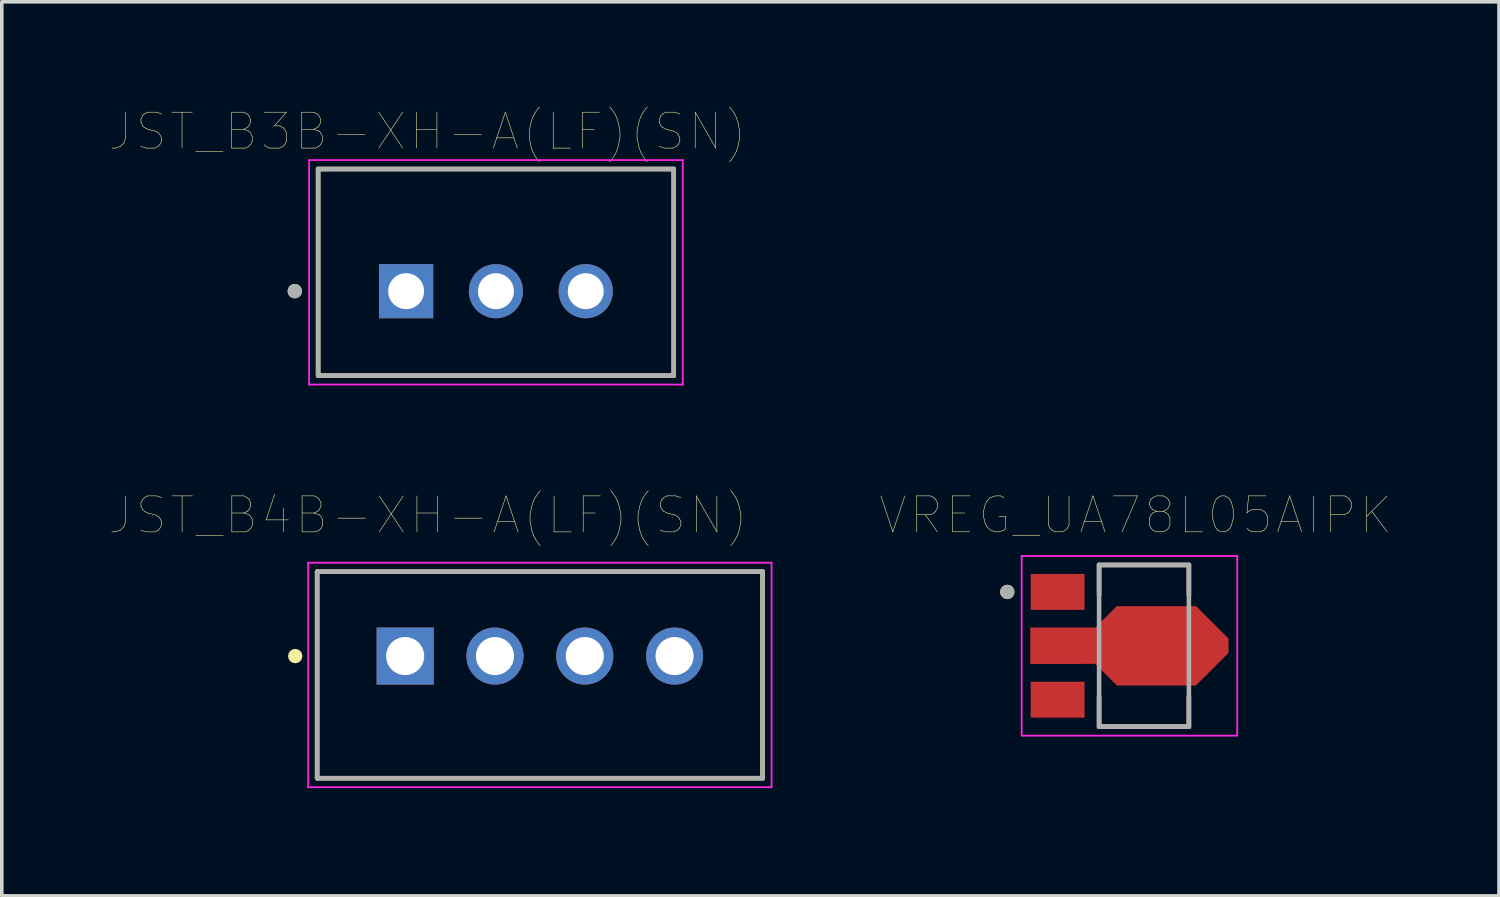
<source format=kicad_pcb>
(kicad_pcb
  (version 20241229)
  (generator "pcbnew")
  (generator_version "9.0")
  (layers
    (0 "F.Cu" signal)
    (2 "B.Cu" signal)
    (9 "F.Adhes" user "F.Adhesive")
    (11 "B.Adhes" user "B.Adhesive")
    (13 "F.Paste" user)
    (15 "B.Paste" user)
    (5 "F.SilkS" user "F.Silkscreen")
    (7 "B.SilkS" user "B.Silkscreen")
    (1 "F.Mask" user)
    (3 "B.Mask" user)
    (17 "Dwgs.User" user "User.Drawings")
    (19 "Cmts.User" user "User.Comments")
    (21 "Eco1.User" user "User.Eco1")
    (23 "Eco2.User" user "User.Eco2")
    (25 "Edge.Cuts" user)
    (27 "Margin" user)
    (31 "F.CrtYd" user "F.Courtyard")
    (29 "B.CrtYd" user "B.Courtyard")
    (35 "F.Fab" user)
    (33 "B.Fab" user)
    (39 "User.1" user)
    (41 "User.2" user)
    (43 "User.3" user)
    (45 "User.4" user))
  (footprint "JST_B3B-XH-A(LF)(SN)"
    (layer "F.Cu")
    (at 10.756 5.056)
    (property "Reference" "JST_B3B-XH-A(LF)(SN)" (at -1.905 -4.445 0) (layer "F.SilkS") (effects (font (size 1 1) (thickness 0.015))))
    (attr through_hole)
    (fp_line (start -4.95 -3.4) (end 4.95 -3.4) (stroke (width 0.127) (type solid)) (layer "F.SilkS"))
    (fp_line (start -4.95 2.35) (end -4.95 -3.4) (stroke (width 0.127) (type solid)) (layer "F.SilkS"))
    (fp_line (start 4.95 -3.4) (end 4.95 2.35) (stroke (width 0.127) (type solid)) (layer "F.SilkS"))
    (fp_line (start 4.95 2.35) (end -4.95 2.35) (stroke (width 0.127) (type solid)) (layer "F.SilkS"))
    (fp_circle (center -5.6 0) (end -5.5 0) (stroke (width 0.2) (type solid)) (fill no) (layer "F.SilkS"))
    (fp_line (start -5.2 -3.65) (end 5.2 -3.65) (stroke (width 0.05) (type solid)) (layer "F.CrtYd"))
    (fp_line (start -5.2 2.6) (end -5.2 -3.65) (stroke (width 0.05) (type solid)) (layer "F.CrtYd"))
    (fp_line (start 5.2 -3.65) (end 5.2 2.6) (stroke (width 0.05) (type solid)) (layer "F.CrtYd"))
    (fp_line (start 5.2 2.6) (end -5.2 2.6) (stroke (width 0.05) (type solid)) (layer "F.CrtYd"))
    (fp_line (start -4.95 -3.4) (end 4.95 -3.4) (stroke (width 0.127) (type solid)) (layer "F.Fab"))
    (fp_line (start -4.95 2.35) (end -4.95 -3.4) (stroke (width 0.127) (type solid)) (layer "F.Fab"))
    (fp_line (start 4.95 -3.4) (end 4.95 2.35) (stroke (width 0.127) (type solid)) (layer "F.Fab"))
    (fp_line (start 4.95 2.35) (end -4.95 2.35) (stroke (width 0.127) (type solid)) (layer "F.Fab"))
    (fp_circle (center -5.6 0) (end -5.5 0) (stroke (width 0.2) (type solid)) (fill no) (layer "F.Fab"))
    (pad "1" thru_hole rect (at -2.5 0) (size 1.508 1.508) (drill 1) (layers "*.Cu" "*.Mask"))
    (pad "2" thru_hole circle (at 0 0) (size 1.508 1.508) (drill 1) (layers "*.Cu" "*.Mask"))
    (pad "3" thru_hole circle (at 2.5 0) (size 1.508 1.508) (drill 1) (layers "*.Cu" "*.Mask")))
  (footprint "VREG_UA78L05AIPK"
    (layer "F.Cu")
    (at 28.392 14.928)
    (property "Reference" "VREG_UA78L05AIPK" (at 0.175 -3.635 0) (layer "F.SilkS") (effects (font (size 1 1) (thickness 0.015))))
    (attr through_hole)
    (fp_poly (pts (xy -2.75 -0.5) (xy -2.75 0.5) (xy -0.95 0.5) (xy -0.35 1.1) (xy 1.85 1.1) (xy 2.75 0.2) (xy 2.75 -0.2) (xy 1.85 -1.1) (xy -0.35 -1.1) (xy -0.95 -0.5)) (stroke (width 0.01) (type solid)) (fill yes) (layer "F.Cu"))
    (fp_poly (pts (xy -2.82 -2.07) (xy -1.18 -2.07) (xy -1.18 -0.93) (xy -2.82 -0.93)) (stroke (width 0.01) (type solid)) (fill yes) (layer "F.Mask"))
    (fp_poly (pts (xy -2.82 0.93) (xy -1.18 0.93) (xy -1.18 2.07) (xy -2.82 2.07)) (stroke (width 0.01) (type solid)) (fill yes) (layer "F.Mask"))
    (fp_poly (pts (xy -2.82 -0.57) (xy -2.82 0.57) (xy -0.985 0.57) (xy -0.385 1.17) (xy 1.885 1.17) (xy 2.82 0.235) (xy 2.82 -0.235) (xy 1.885 -1.17) (xy -0.385 -1.17) (xy -0.985 -0.57)) (stroke (width 0.01) (type solid)) (fill yes) (layer "F.Mask"))
    (fp_line (start -0.845 -2.25) (end -0.845 -1.42) (stroke (width 0.127) (type solid)) (layer "F.SilkS"))
    (fp_line (start -0.845 2.25) (end -0.845 1.42) (stroke (width 0.127) (type solid)) (layer "F.SilkS"))
    (fp_line (start 1.655 -2.25) (end -0.845 -2.25) (stroke (width 0.127) (type solid)) (layer "F.SilkS"))
    (fp_line (start 1.655 -2.25) (end 1.655 -1.42) (stroke (width 0.127) (type solid)) (layer "F.SilkS"))
    (fp_line (start 1.655 2.25) (end -0.845 2.25) (stroke (width 0.127) (type solid)) (layer "F.SilkS"))
    (fp_line (start 1.655 2.25) (end 1.655 1.42) (stroke (width 0.127) (type solid)) (layer "F.SilkS"))
    (fp_circle (center -3.4 -1.5) (end -3.3 -1.5) (stroke (width 0.2) (type solid)) (fill no) (layer "F.SilkS"))
    (fp_poly (pts (xy -2.75 -0.5) (xy -2.75 0.5) (xy -0.95 0.5) (xy -0.35 1.1) (xy 1.85 1.1) (xy 2.75 0.2) (xy 2.75 -0.2) (xy 1.85 -1.1) (xy -0.35 -1.1) (xy -0.95 -0.5)) (stroke (width 0.01) (type solid)) (fill yes) (layer "F.Paste"))
    (fp_line (start -3 -2.5) (end -3 2.5) (stroke (width 0.05) (type solid)) (layer "F.CrtYd"))
    (fp_line (start -3 2.5) (end 3 2.5) (stroke (width 0.05) (type solid)) (layer "F.CrtYd"))
    (fp_line (start 3 -2.5) (end -3 -2.5) (stroke (width 0.05) (type solid)) (layer "F.CrtYd"))
    (fp_line (start 3 2.5) (end 3 -2.5) (stroke (width 0.05) (type solid)) (layer "F.CrtYd"))
    (fp_line (start -0.845 -2.25) (end -0.845 2.25) (stroke (width 0.127) (type solid)) (layer "F.Fab"))
    (fp_line (start -0.845 2.25) (end 1.655 2.25) (stroke (width 0.127) (type solid)) (layer "F.Fab"))
    (fp_line (start 1.655 -2.25) (end -0.845 -2.25) (stroke (width 0.127) (type solid)) (layer "F.Fab"))
    (fp_line (start 1.655 2.25) (end 1.655 -2.25) (stroke (width 0.127) (type solid)) (layer "F.Fab"))
    (fp_circle (center -3.4 -1.5) (end -3.3 -1.5) (stroke (width 0.2) (type solid)) (fill no) (layer "F.Fab"))
    (pad "1" smd rect (at -2 -1.5) (size 1.5 1) (layers "F.Cu" "F.Paste"))
    (pad "2" smd rect (at -2 0) (size 1.5 1) (layers "F.Cu"))
    (pad "3" smd rect (at -2 1.5) (size 1.5 1) (layers "F.Cu" "F.Paste")))
  (footprint "JST_B4B-XH-A(LF)(SN)"
    (layer "F.Cu")
    (at 8.229 15.214)
    (property "Reference" "JST_B4B-XH-A(LF)(SN)" (at 0.638 -3.92 0) (layer "F.SilkS") (effects (font (size 1.002 1.002) (thickness 0.015))))
    (attr through_hole)
    (fp_line (start -2.45 -2.35) (end -2.45 3.4) (stroke (width 0.127) (type solid)) (layer "F.SilkS"))
    (fp_line (start -2.45 3.4) (end 9.95 3.4) (stroke (width 0.127) (type solid)) (layer "F.SilkS"))
    (fp_line (start 9.95 -2.35) (end -2.45 -2.35) (stroke (width 0.127) (type solid)) (layer "F.SilkS"))
    (fp_line (start 9.95 3.4) (end 9.95 -2.35) (stroke (width 0.127) (type solid)) (layer "F.SilkS"))
    (fp_circle (center -3.06 0) (end -2.96 0) (stroke (width 0.2) (type solid)) (fill no) (layer "F.SilkS"))
    (fp_line (start -2.7 -2.6) (end 10.2 -2.6) (stroke (width 0.05) (type solid)) (layer "F.CrtYd"))
    (fp_line (start -2.7 3.65) (end -2.7 -2.6) (stroke (width 0.05) (type solid)) (layer "F.CrtYd"))
    (fp_line (start 10.2 -2.6) (end 10.2 3.65) (stroke (width 0.05) (type solid)) (layer "F.CrtYd"))
    (fp_line (start 10.2 3.65) (end -2.7 3.65) (stroke (width 0.05) (type solid)) (layer "F.CrtYd"))
    (fp_line (start -2.45 -2.35) (end -2.45 3.4) (stroke (width 0.127) (type solid)) (layer "F.Fab"))
    (fp_line (start -2.45 3.4) (end 9.95 3.4) (stroke (width 0.127) (type solid)) (layer "F.Fab"))
    (fp_line (start 9.95 -2.35) (end -2.45 -2.35) (stroke (width 0.127) (type solid)) (layer "F.Fab"))
    (fp_line (start 9.95 3.4) (end 9.95 -2.35) (stroke (width 0.127) (type solid)) (layer "F.Fab"))
    (pad "1" thru_hole rect (at 0 0) (size 1.59 1.59) (drill 1.06) (layers "*.Cu" "*.Mask"))
    (pad "2" thru_hole circle (at 2.5 0) (size 1.59 1.59) (drill 1.06) (layers "*.Cu" "*.Mask"))
    (pad "3" thru_hole circle (at 5 0) (size 1.59 1.59) (drill 1.06) (layers "*.Cu" "*.Mask"))
    (pad "4" thru_hole circle (at 7.5 0) (size 1.59 1.59) (drill 1.06) (layers "*.Cu" "*.Mask")))
  (gr_rect
    (start -3 -3)
    (end 38.68 21.889)
    (stroke (width 0.1) (type default))
    (fill no)
    (layer "Edge.Cuts")))
</source>
